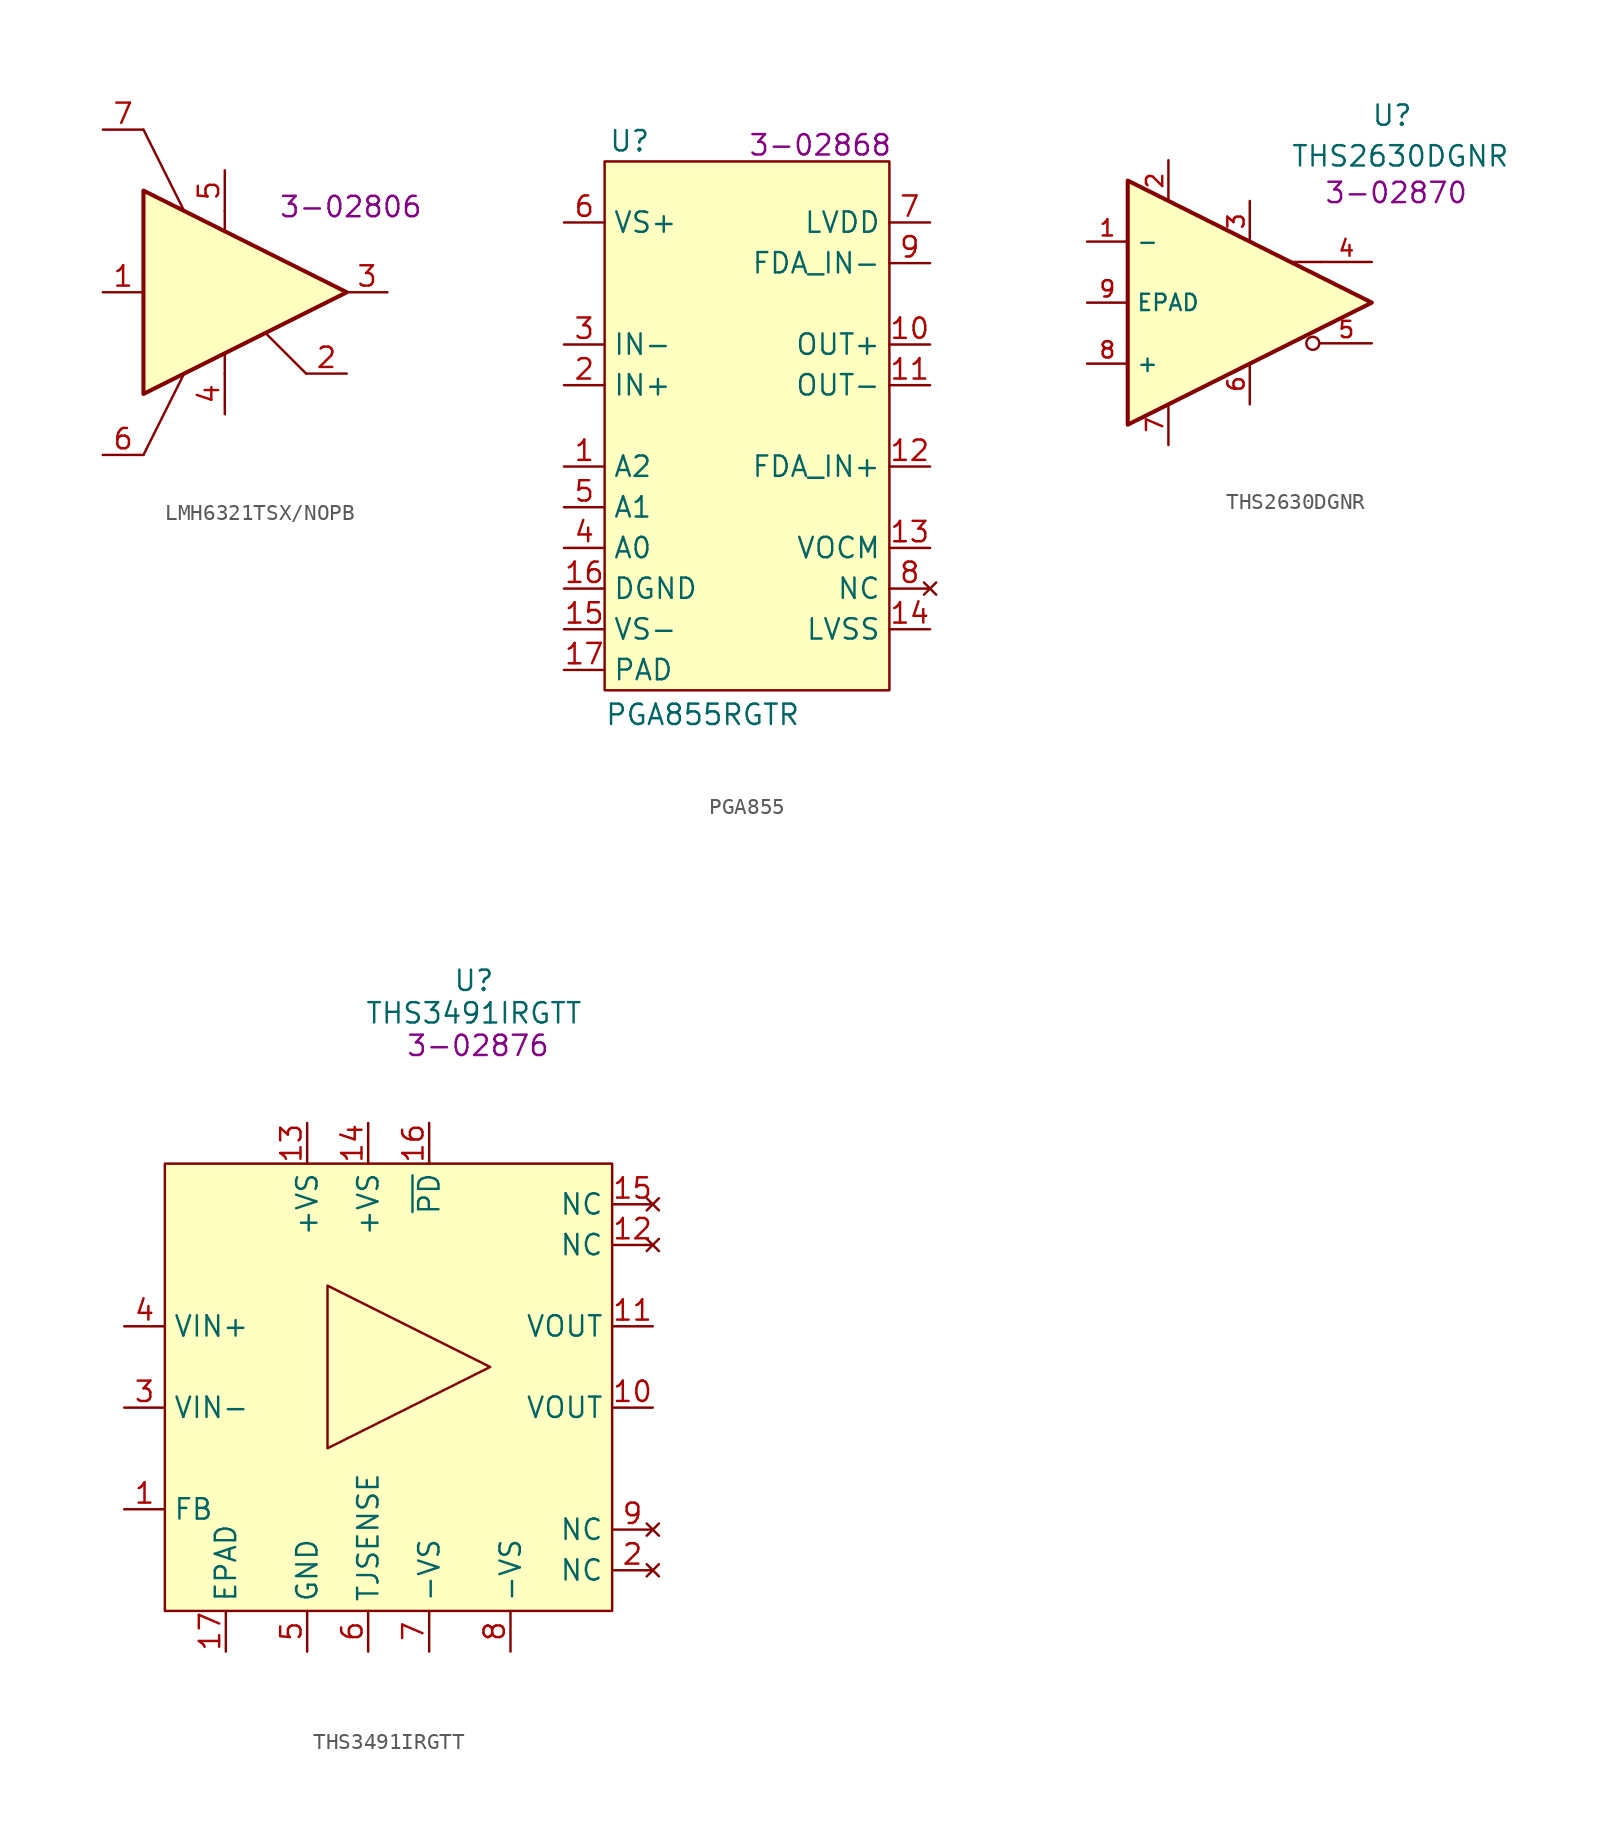
<source format=kicad_sym>
(kicad_symbol_lib
  (version 20231120)
  (generator "kicad_symbol_editor")
  (generator_version "8.0")
  (symbol "LMH6321TSX/NOPB"
    (property "Reference" "U"
      (at 8.89 -1.524 0)
      (effects (font (size 1.27 1.27)) (hide yes)))
    (property "SRS" "3-02806"
      (at 12.954 -3.556 0)
      (effects (font (size 1.27 1.27))))
    (symbol "LMH6321TSX/NOPB_0_1"
      (polyline (pts (xy 0 -19.05) (xy 2.54 -13.97)) (stroke (width 0) (type default)) (fill (type none)))
      (polyline (pts (xy 0 1.27) (xy 2.54 -3.81)) (stroke (width 0) (type default)) (fill (type none)))
      (polyline (pts (xy 5.08 -13.97) (xy 5.08 -12.7)) (stroke (width 0) (type default)) (fill (type none)))
      (polyline (pts (xy 5.08 -3.81) (xy 5.08 -5.08)) (stroke (width 0) (type default)) (fill (type none)))
      (polyline (pts (xy 10.16 -13.97) (xy 7.62 -11.43)) (stroke (width 0) (type default)) (fill (type none)))
      (polyline (pts (xy 12.7 -8.89) (xy 0 -2.54) (xy 0 -15.24) (xy 12.7 -8.89)) (stroke (width 0.254) (type default)) (fill (type background))))
    (symbol "LMH6321TSX/NOPB_1_1"
      (pin input line (at -2.54 -8.89 0) (length 2.54) (name "" (effects (font (size 1.27 1.27)))) (number "1" (effects (font (size 1.27 1.27)))))
      (pin input line (at 12.7 -13.97 180) (length 2.54) (name "" (effects (font (size 1.27 1.27)))) (number "2" (effects (font (size 1.27 1.27)))))
      (pin input line (at 15.24 -8.89 180) (length 2.54) (name "" (effects (font (size 1.27 1.27)))) (number "3" (effects (font (size 1.27 1.27)))))
      (pin input line (at 5.08 -16.51 90) (length 2.54) (name "" (effects (font (size 1.27 1.27)))) (number "4" (effects (font (size 1.27 1.27)))))
      (pin input line (at 5.08 -1.27 270) (length 2.54) (name "" (effects (font (size 1.27 1.27)))) (number "5" (effects (font (size 1.27 1.27)))))
      (pin input line (at -2.54 -19.05 0) (length 2.54) (name "" (effects (font (size 1.27 1.27)))) (number "6" (effects (font (size 1.27 1.27)))))
      (pin input line (at -2.54 1.27 0) (length 2.54) (name "" (effects (font (size 1.27 1.27)))) (number "7" (effects (font (size 1.27 1.27)))))))
  (symbol "PGA855"
    (property "Reference" "U"
      (at 0.254 1.27 0)
      (do_not_autoplace)
      (effects (font (size 1.27 1.27)) (justify left)))
    (property "Value" "PGA855RGTR"
      (at 0 -34.544 0)
      (do_not_autoplace)
      (effects (font (size 1.27 1.27)) (justify left)))
    (property "SRS" "3-02868"
      (at 13.462 1.016 0)
      (effects (font (size 1.27 1.27))))
    (symbol "PGA855_1_1"
      (rectangle (start 0 0) (end 17.78 -33.02) (stroke (width 0) (type default)) (fill (type background)))
      (pin bidirectional line (at -2.54 -19.05 0) (length 2.54) (name "A2" (effects (font (size 1.27 1.27)))) (number "1" (effects (font (size 1.27 1.27)))))
      (pin bidirectional line (at 20.32 -11.43 180) (length 2.54) (name "OUT+" (effects (font (size 1.27 1.27)))) (number "10" (effects (font (size 1.27 1.27)))))
      (pin bidirectional line (at 20.32 -13.97 180) (length 2.54) (name "OUT-" (effects (font (size 1.27 1.27)))) (number "11" (effects (font (size 1.27 1.27)))))
      (pin bidirectional line (at 20.32 -19.05 180) (length 2.54) (name "FDA_IN+" (effects (font (size 1.27 1.27)))) (number "12" (effects (font (size 1.27 1.27)))))
      (pin bidirectional line (at 20.32 -24.13 180) (length 2.54) (name "VOCM" (effects (font (size 1.27 1.27)))) (number "13" (effects (font (size 1.27 1.27)))))
      (pin bidirectional line (at 20.32 -29.21 180) (length 2.54) (name "LVSS" (effects (font (size 1.27 1.27)))) (number "14" (effects (font (size 1.27 1.27)))))
      (pin bidirectional line (at -2.54 -29.21 0) (length 2.54) (name "VS-" (effects (font (size 1.27 1.27)))) (number "15" (effects (font (size 1.27 1.27)))))
      (pin bidirectional line (at -2.54 -26.67 0) (length 2.54) (name "DGND" (effects (font (size 1.27 1.27)))) (number "16" (effects (font (size 1.27 1.27)))))
      (pin bidirectional line (at -2.54 -31.75 0) (length 2.54) (name "PAD" (effects (font (size 1.27 1.27)))) (number "17" (effects (font (size 1.27 1.27)))))
      (pin bidirectional line (at -2.54 -13.97 0) (length 2.54) (name "IN+" (effects (font (size 1.27 1.27)))) (number "2" (effects (font (size 1.27 1.27)))))
      (pin bidirectional line (at -2.54 -11.43 0) (length 2.54) (name "IN-" (effects (font (size 1.27 1.27)))) (number "3" (effects (font (size 1.27 1.27)))))
      (pin bidirectional line (at -2.54 -24.13 0) (length 2.54) (name "A0" (effects (font (size 1.27 1.27)))) (number "4" (effects (font (size 1.27 1.27)))))
      (pin bidirectional line (at -2.54 -21.59 0) (length 2.54) (name "A1" (effects (font (size 1.27 1.27)))) (number "5" (effects (font (size 1.27 1.27)))))
      (pin bidirectional line (at -2.54 -3.81 0) (length 2.54) (name "VS+" (effects (font (size 1.27 1.27)))) (number "6" (effects (font (size 1.27 1.27)))))
      (pin bidirectional line (at 20.32 -3.81 180) (length 2.54) (name "LVDD" (effects (font (size 1.27 1.27)))) (number "7" (effects (font (size 1.27 1.27)))))
      (pin no_connect line (at 20.32 -26.67 180) (length 2.54) (name "NC" (effects (font (size 1.27 1.27)))) (number "8" (effects (font (size 1.27 1.27)))))
      (pin bidirectional line (at 20.32 -6.35 180) (length 2.54) (name "FDA_IN-" (effects (font (size 1.27 1.27)))) (number "9" (effects (font (size 1.27 1.27)))))))
  (symbol "THS2630DGNR"
    (property "Reference" "U"
      (at 12.7 11.684 0)
      (do_not_autoplace)
      (effects (font (size 1.27 1.27))))
    (property "Value" "THS2630DGNR"
      (at 13.208 9.144 0)
      (do_not_autoplace)
      (effects (font (size 1.27 1.27))))
    (property "SRS" "3-02870"
      (at 12.954 6.858 0)
      (effects (font (size 1.27 1.27))))
    (symbol "THS2630DGNR_0_1"
      (polyline (pts (xy 8.255 2.54) (xy 6.325 2.54)) (stroke (width 0) (type default)) (fill (type none))))
    (symbol "THS2630DGNR_1_1"
      (polyline (pts (xy -3.81 7.62) (xy -3.81 -7.62) (xy 11.43 0) (xy -3.81 7.62)) (stroke (width 0.254) (type default)) (fill (type background)))
      (circle (center 7.747 -2.54) (radius 0.406) (stroke (width 0) (type default)) (fill (type none)))
      (pin input line (at -6.35 3.81 0) (length 2.54) (name "-" (effects (font (size 1.016 1.016)))) (number "1" (effects (font (size 1.016 1.016)))))
      (pin power_in line (at -1.27 8.89 270) (length 2.54) (name "" (effects (font (size 1.016 1.016)))) (number "2" (effects (font (size 1.016 1.016)))))
      (pin power_in line (at 3.81 6.35 270) (length 2.54) (name "" (effects (font (size 1.016 1.016)))) (number "3" (effects (font (size 1.016 1.016)))))
      (pin output line (at 11.43 2.54 180) (length 3.175) (name "" (effects (font (size 1.016 1.016)))) (number "4" (effects (font (size 1.016 1.016)))))
      (pin output line (at 11.43 -2.54 180) (length 3.175) (name "" (effects (font (size 1.016 1.016)))) (number "5" (effects (font (size 1.016 1.016)))))
      (pin power_in line (at 3.81 -6.35 90) (length 2.54) (name "" (effects (font (size 1.016 1.016)))) (number "6" (effects (font (size 1.016 1.016)))))
      (pin power_in line (at -1.27 -8.89 90) (length 2.54) (name "" (effects (font (size 1.016 1.016)))) (number "7" (effects (font (size 1.016 1.016)))))
      (pin input line (at -6.35 -3.81 0) (length 2.54) (name "+" (effects (font (size 1.016 1.016)))) (number "8" (effects (font (size 1.016 1.016)))))
      (pin input line (at -6.35 0 0) (length 2.54) (name "EPAD" (effects (font (size 1.016 1.016)))) (number "9" (effects (font (size 1.016 1.016)))))))
  (symbol "THS3491IRGTT"
    (property "Reference" "U"
      (at 19.304 8.89 0)
      (do_not_autoplace)
      (effects (font (size 1.27 1.27))))
    (property "Value" "THS3491IRGTT"
      (at 19.304 6.858 0)
      (do_not_autoplace)
      (effects (font (size 1.27 1.27))))
    (property "SRS" "3-02876"
      (at 19.558 4.826 0)
      (do_not_autoplace)
      (effects (font (size 1.27 1.27))))
    (symbol "THS3491IRGTT_0_1"
      (polyline (pts (xy 10.16 -10.16) (xy 10.16 -20.32) (xy 20.32 -15.24) (xy 10.16 -10.16)) (stroke (width 0) (type default)) (fill (type none))))
    (symbol "THS3491IRGTT_1_1"
      (rectangle (start 0 -2.54) (end 27.94 -30.48) (stroke (width 0) (type default)) (fill (type background)))
      (pin passive line (at -2.54 -24.13 0) (length 2.54) (name "FB" (effects (font (size 1.27 1.27)))) (number "1" (effects (font (size 1.27 1.27)))))
      (pin passive line (at 30.48 -17.78 180) (length 2.54) (name "VOUT" (effects (font (size 1.27 1.27)))) (number "10" (effects (font (size 1.27 1.27)))))
      (pin passive line (at 30.48 -12.7 180) (length 2.54) (name "VOUT" (effects (font (size 1.27 1.27)))) (number "11" (effects (font (size 1.27 1.27)))))
      (pin no_connect line (at 30.48 -7.62 180) (length 2.54) (name "NC" (effects (font (size 1.27 1.27)))) (number "12" (effects (font (size 1.27 1.27)))))
      (pin passive line (at 8.89 0 270) (length 2.54) (name "+VS" (effects (font (size 1.27 1.27)))) (number "13" (effects (font (size 1.27 1.27)))))
      (pin passive line (at 12.7 0 270) (length 2.54) (name "+VS" (effects (font (size 1.27 1.27)))) (number "14" (effects (font (size 1.27 1.27)))))
      (pin no_connect line (at 30.48 -5.08 180) (length 2.54) (name "NC" (effects (font (size 1.27 1.27)))) (number "15" (effects (font (size 1.27 1.27)))))
      (pin passive line (at 16.51 0 270) (length 2.54) (name "~{PD}" (effects (font (size 1.27 1.27)))) (number "16" (effects (font (size 1.27 1.27)))))
      (pin passive line (at 3.81 -33.02 90) (length 2.54) (name "EPAD" (effects (font (size 1.27 1.27)))) (number "17" (effects (font (size 1.27 1.27)))))
      (pin no_connect line (at 30.48 -27.94 180) (length 2.54) (name "NC" (effects (font (size 1.27 1.27)))) (number "2" (effects (font (size 1.27 1.27)))))
      (pin passive line (at -2.54 -17.78 0) (length 2.54) (name "VIN-" (effects (font (size 1.27 1.27)))) (number "3" (effects (font (size 1.27 1.27)))))
      (pin passive line (at -2.54 -12.7 0) (length 2.54) (name "VIN+" (effects (font (size 1.27 1.27)))) (number "4" (effects (font (size 1.27 1.27)))))
      (pin passive line (at 8.89 -33.02 90) (length 2.54) (name "GND" (effects (font (size 1.27 1.27)))) (number "5" (effects (font (size 1.27 1.27)))))
      (pin passive line (at 12.7 -33.02 90) (length 2.54) (name "TJSENSE" (effects (font (size 1.27 1.27)))) (number "6" (effects (font (size 1.27 1.27)))))
      (pin passive line (at 16.51 -33.02 90) (length 2.54) (name "-VS" (effects (font (size 1.27 1.27)))) (number "7" (effects (font (size 1.27 1.27)))))
      (pin passive line (at 21.59 -33.02 90) (length 2.54) (name "-VS" (effects (font (size 1.27 1.27)))) (number "8" (effects (font (size 1.27 1.27)))))
      (pin no_connect line (at 30.48 -25.4 180) (length 2.54) (name "NC" (effects (font (size 1.27 1.27)))) (number "9" (effects (font (size 1.27 1.27))))))))
</source>
